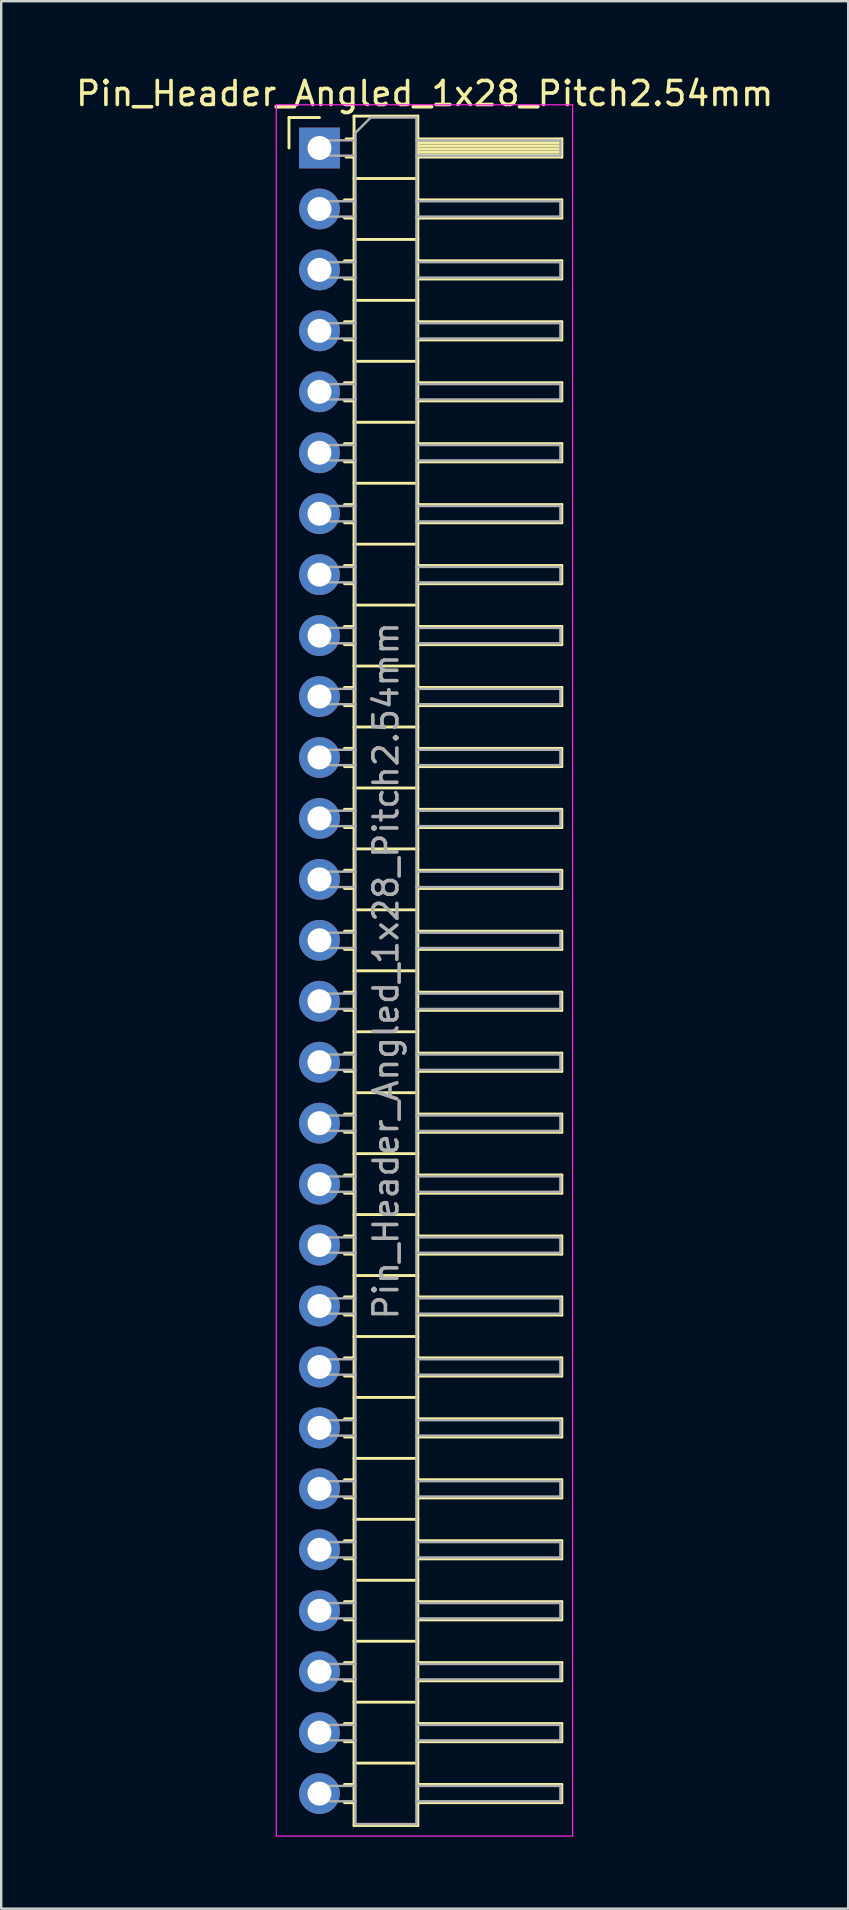
<source format=kicad_pcb>
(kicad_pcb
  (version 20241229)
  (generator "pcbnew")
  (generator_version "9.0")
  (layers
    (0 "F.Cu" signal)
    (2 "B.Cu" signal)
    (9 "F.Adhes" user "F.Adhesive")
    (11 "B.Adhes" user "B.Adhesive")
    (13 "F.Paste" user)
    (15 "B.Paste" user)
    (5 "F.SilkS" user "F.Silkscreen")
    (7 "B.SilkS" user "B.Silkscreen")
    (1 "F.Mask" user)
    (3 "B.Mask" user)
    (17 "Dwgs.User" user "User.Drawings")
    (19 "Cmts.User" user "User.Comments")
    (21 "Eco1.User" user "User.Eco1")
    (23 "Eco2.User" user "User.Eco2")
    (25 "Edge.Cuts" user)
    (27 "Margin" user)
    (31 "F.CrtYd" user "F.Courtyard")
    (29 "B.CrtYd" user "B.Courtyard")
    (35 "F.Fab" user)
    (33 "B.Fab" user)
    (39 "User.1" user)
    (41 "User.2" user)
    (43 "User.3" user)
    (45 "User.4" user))
  (footprint "Pin_Header_Angled_1x28_Pitch2.54mm"
    (layer "F.Cu")
    (at 10.264 3.118)
    (property "Reference" "Pin_Header_Angled_1x28_Pitch2.54mm" (at 4.385 -2.27 0) (layer "F.SilkS") (effects (font (size 1 1) (thickness 0.15))))
    (attr through_hole)
    (fp_line (start -1.27 -1.27) (end 0 -1.27) (stroke (width 0.12) (type solid)) (layer "F.SilkS"))
    (fp_line (start -1.27 0) (end -1.27 -1.27) (stroke (width 0.12) (type solid)) (layer "F.SilkS"))
    (fp_line (start 1.043 2.16) (end 1.44 2.16) (stroke (width 0.12) (type solid)) (layer "F.SilkS"))
    (fp_line (start 1.043 2.92) (end 1.44 2.92) (stroke (width 0.12) (type solid)) (layer "F.SilkS"))
    (fp_line (start 1.043 4.7) (end 1.44 4.7) (stroke (width 0.12) (type solid)) (layer "F.SilkS"))
    (fp_line (start 1.043 5.46) (end 1.44 5.46) (stroke (width 0.12) (type solid)) (layer "F.SilkS"))
    (fp_line (start 1.043 7.24) (end 1.44 7.24) (stroke (width 0.12) (type solid)) (layer "F.SilkS"))
    (fp_line (start 1.043 8) (end 1.44 8) (stroke (width 0.12) (type solid)) (layer "F.SilkS"))
    (fp_line (start 1.043 9.78) (end 1.44 9.78) (stroke (width 0.12) (type solid)) (layer "F.SilkS"))
    (fp_line (start 1.043 10.54) (end 1.44 10.54) (stroke (width 0.12) (type solid)) (layer "F.SilkS"))
    (fp_line (start 1.043 12.32) (end 1.44 12.32) (stroke (width 0.12) (type solid)) (layer "F.SilkS"))
    (fp_line (start 1.043 13.08) (end 1.44 13.08) (stroke (width 0.12) (type solid)) (layer "F.SilkS"))
    (fp_line (start 1.043 14.86) (end 1.44 14.86) (stroke (width 0.12) (type solid)) (layer "F.SilkS"))
    (fp_line (start 1.043 15.62) (end 1.44 15.62) (stroke (width 0.12) (type solid)) (layer "F.SilkS"))
    (fp_line (start 1.043 17.4) (end 1.44 17.4) (stroke (width 0.12) (type solid)) (layer "F.SilkS"))
    (fp_line (start 1.043 18.16) (end 1.44 18.16) (stroke (width 0.12) (type solid)) (layer "F.SilkS"))
    (fp_line (start 1.043 19.94) (end 1.44 19.94) (stroke (width 0.12) (type solid)) (layer "F.SilkS"))
    (fp_line (start 1.043 20.7) (end 1.44 20.7) (stroke (width 0.12) (type solid)) (layer "F.SilkS"))
    (fp_line (start 1.043 22.48) (end 1.44 22.48) (stroke (width 0.12) (type solid)) (layer "F.SilkS"))
    (fp_line (start 1.043 23.24) (end 1.44 23.24) (stroke (width 0.12) (type solid)) (layer "F.SilkS"))
    (fp_line (start 1.043 25.02) (end 1.44 25.02) (stroke (width 0.12) (type solid)) (layer "F.SilkS"))
    (fp_line (start 1.043 25.78) (end 1.44 25.78) (stroke (width 0.12) (type solid)) (layer "F.SilkS"))
    (fp_line (start 1.043 27.56) (end 1.44 27.56) (stroke (width 0.12) (type solid)) (layer "F.SilkS"))
    (fp_line (start 1.043 28.32) (end 1.44 28.32) (stroke (width 0.12) (type solid)) (layer "F.SilkS"))
    (fp_line (start 1.043 30.1) (end 1.44 30.1) (stroke (width 0.12) (type solid)) (layer "F.SilkS"))
    (fp_line (start 1.043 30.86) (end 1.44 30.86) (stroke (width 0.12) (type solid)) (layer "F.SilkS"))
    (fp_line (start 1.043 32.64) (end 1.44 32.64) (stroke (width 0.12) (type solid)) (layer "F.SilkS"))
    (fp_line (start 1.043 33.4) (end 1.44 33.4) (stroke (width 0.12) (type solid)) (layer "F.SilkS"))
    (fp_line (start 1.043 35.18) (end 1.44 35.18) (stroke (width 0.12) (type solid)) (layer "F.SilkS"))
    (fp_line (start 1.043 35.94) (end 1.44 35.94) (stroke (width 0.12) (type solid)) (layer "F.SilkS"))
    (fp_line (start 1.043 37.72) (end 1.44 37.72) (stroke (width 0.12) (type solid)) (layer "F.SilkS"))
    (fp_line (start 1.043 38.48) (end 1.44 38.48) (stroke (width 0.12) (type solid)) (layer "F.SilkS"))
    (fp_line (start 1.043 40.26) (end 1.44 40.26) (stroke (width 0.12) (type solid)) (layer "F.SilkS"))
    (fp_line (start 1.043 41.02) (end 1.44 41.02) (stroke (width 0.12) (type solid)) (layer "F.SilkS"))
    (fp_line (start 1.043 42.8) (end 1.44 42.8) (stroke (width 0.12) (type solid)) (layer "F.SilkS"))
    (fp_line (start 1.043 43.56) (end 1.44 43.56) (stroke (width 0.12) (type solid)) (layer "F.SilkS"))
    (fp_line (start 1.043 45.34) (end 1.44 45.34) (stroke (width 0.12) (type solid)) (layer "F.SilkS"))
    (fp_line (start 1.043 46.1) (end 1.44 46.1) (stroke (width 0.12) (type solid)) (layer "F.SilkS"))
    (fp_line (start 1.043 47.88) (end 1.44 47.88) (stroke (width 0.12) (type solid)) (layer "F.SilkS"))
    (fp_line (start 1.043 48.64) (end 1.44 48.64) (stroke (width 0.12) (type solid)) (layer "F.SilkS"))
    (fp_line (start 1.043 50.42) (end 1.44 50.42) (stroke (width 0.12) (type solid)) (layer "F.SilkS"))
    (fp_line (start 1.043 51.18) (end 1.44 51.18) (stroke (width 0.12) (type solid)) (layer "F.SilkS"))
    (fp_line (start 1.043 52.96) (end 1.44 52.96) (stroke (width 0.12) (type solid)) (layer "F.SilkS"))
    (fp_line (start 1.043 53.72) (end 1.44 53.72) (stroke (width 0.12) (type solid)) (layer "F.SilkS"))
    (fp_line (start 1.043 55.5) (end 1.44 55.5) (stroke (width 0.12) (type solid)) (layer "F.SilkS"))
    (fp_line (start 1.043 56.26) (end 1.44 56.26) (stroke (width 0.12) (type solid)) (layer "F.SilkS"))
    (fp_line (start 1.043 58.04) (end 1.44 58.04) (stroke (width 0.12) (type solid)) (layer "F.SilkS"))
    (fp_line (start 1.043 58.8) (end 1.44 58.8) (stroke (width 0.12) (type solid)) (layer "F.SilkS"))
    (fp_line (start 1.043 60.58) (end 1.44 60.58) (stroke (width 0.12) (type solid)) (layer "F.SilkS"))
    (fp_line (start 1.043 61.34) (end 1.44 61.34) (stroke (width 0.12) (type solid)) (layer "F.SilkS"))
    (fp_line (start 1.043 63.12) (end 1.44 63.12) (stroke (width 0.12) (type solid)) (layer "F.SilkS"))
    (fp_line (start 1.043 63.88) (end 1.44 63.88) (stroke (width 0.12) (type solid)) (layer "F.SilkS"))
    (fp_line (start 1.043 65.66) (end 1.44 65.66) (stroke (width 0.12) (type solid)) (layer "F.SilkS"))
    (fp_line (start 1.043 66.42) (end 1.44 66.42) (stroke (width 0.12) (type solid)) (layer "F.SilkS"))
    (fp_line (start 1.043 68.2) (end 1.44 68.2) (stroke (width 0.12) (type solid)) (layer "F.SilkS"))
    (fp_line (start 1.043 68.96) (end 1.44 68.96) (stroke (width 0.12) (type solid)) (layer "F.SilkS"))
    (fp_line (start 1.11 -0.38) (end 1.44 -0.38) (stroke (width 0.12) (type solid)) (layer "F.SilkS"))
    (fp_line (start 1.11 0.38) (end 1.44 0.38) (stroke (width 0.12) (type solid)) (layer "F.SilkS"))
    (fp_line (start 1.44 -1.33) (end 1.44 69.91) (stroke (width 0.12) (type solid)) (layer "F.SilkS"))
    (fp_line (start 1.44 1.27) (end 4.1 1.27) (stroke (width 0.12) (type solid)) (layer "F.SilkS"))
    (fp_line (start 1.44 3.81) (end 4.1 3.81) (stroke (width 0.12) (type solid)) (layer "F.SilkS"))
    (fp_line (start 1.44 6.35) (end 4.1 6.35) (stroke (width 0.12) (type solid)) (layer "F.SilkS"))
    (fp_line (start 1.44 8.89) (end 4.1 8.89) (stroke (width 0.12) (type solid)) (layer "F.SilkS"))
    (fp_line (start 1.44 11.43) (end 4.1 11.43) (stroke (width 0.12) (type solid)) (layer "F.SilkS"))
    (fp_line (start 1.44 13.97) (end 4.1 13.97) (stroke (width 0.12) (type solid)) (layer "F.SilkS"))
    (fp_line (start 1.44 16.51) (end 4.1 16.51) (stroke (width 0.12) (type solid)) (layer "F.SilkS"))
    (fp_line (start 1.44 19.05) (end 4.1 19.05) (stroke (width 0.12) (type solid)) (layer "F.SilkS"))
    (fp_line (start 1.44 21.59) (end 4.1 21.59) (stroke (width 0.12) (type solid)) (layer "F.SilkS"))
    (fp_line (start 1.44 24.13) (end 4.1 24.13) (stroke (width 0.12) (type solid)) (layer "F.SilkS"))
    (fp_line (start 1.44 26.67) (end 4.1 26.67) (stroke (width 0.12) (type solid)) (layer "F.SilkS"))
    (fp_line (start 1.44 29.21) (end 4.1 29.21) (stroke (width 0.12) (type solid)) (layer "F.SilkS"))
    (fp_line (start 1.44 31.75) (end 4.1 31.75) (stroke (width 0.12) (type solid)) (layer "F.SilkS"))
    (fp_line (start 1.44 34.29) (end 4.1 34.29) (stroke (width 0.12) (type solid)) (layer "F.SilkS"))
    (fp_line (start 1.44 36.83) (end 4.1 36.83) (stroke (width 0.12) (type solid)) (layer "F.SilkS"))
    (fp_line (start 1.44 39.37) (end 4.1 39.37) (stroke (width 0.12) (type solid)) (layer "F.SilkS"))
    (fp_line (start 1.44 41.91) (end 4.1 41.91) (stroke (width 0.12) (type solid)) (layer "F.SilkS"))
    (fp_line (start 1.44 44.45) (end 4.1 44.45) (stroke (width 0.12) (type solid)) (layer "F.SilkS"))
    (fp_line (start 1.44 46.99) (end 4.1 46.99) (stroke (width 0.12) (type solid)) (layer "F.SilkS"))
    (fp_line (start 1.44 49.53) (end 4.1 49.53) (stroke (width 0.12) (type solid)) (layer "F.SilkS"))
    (fp_line (start 1.44 52.07) (end 4.1 52.07) (stroke (width 0.12) (type solid)) (layer "F.SilkS"))
    (fp_line (start 1.44 54.61) (end 4.1 54.61) (stroke (width 0.12) (type solid)) (layer "F.SilkS"))
    (fp_line (start 1.44 57.15) (end 4.1 57.15) (stroke (width 0.12) (type solid)) (layer "F.SilkS"))
    (fp_line (start 1.44 59.69) (end 4.1 59.69) (stroke (width 0.12) (type solid)) (layer "F.SilkS"))
    (fp_line (start 1.44 62.23) (end 4.1 62.23) (stroke (width 0.12) (type solid)) (layer "F.SilkS"))
    (fp_line (start 1.44 64.77) (end 4.1 64.77) (stroke (width 0.12) (type solid)) (layer "F.SilkS"))
    (fp_line (start 1.44 67.31) (end 4.1 67.31) (stroke (width 0.12) (type solid)) (layer "F.SilkS"))
    (fp_line (start 1.44 69.91) (end 4.1 69.91) (stroke (width 0.12) (type solid)) (layer "F.SilkS"))
    (fp_line (start 4.1 -1.33) (end 1.44 -1.33) (stroke (width 0.12) (type solid)) (layer "F.SilkS"))
    (fp_line (start 4.1 -0.38) (end 10.1 -0.38) (stroke (width 0.12) (type solid)) (layer "F.SilkS"))
    (fp_line (start 4.1 -0.32) (end 10.1 -0.32) (stroke (width 0.12) (type solid)) (layer "F.SilkS"))
    (fp_line (start 4.1 -0.2) (end 10.1 -0.2) (stroke (width 0.12) (type solid)) (layer "F.SilkS"))
    (fp_line (start 4.1 -0.08) (end 10.1 -0.08) (stroke (width 0.12) (type solid)) (layer "F.SilkS"))
    (fp_line (start 4.1 0.04) (end 10.1 0.04) (stroke (width 0.12) (type solid)) (layer "F.SilkS"))
    (fp_line (start 4.1 0.16) (end 10.1 0.16) (stroke (width 0.12) (type solid)) (layer "F.SilkS"))
    (fp_line (start 4.1 0.28) (end 10.1 0.28) (stroke (width 0.12) (type solid)) (layer "F.SilkS"))
    (fp_line (start 4.1 2.16) (end 10.1 2.16) (stroke (width 0.12) (type solid)) (layer "F.SilkS"))
    (fp_line (start 4.1 4.7) (end 10.1 4.7) (stroke (width 0.12) (type solid)) (layer "F.SilkS"))
    (fp_line (start 4.1 7.24) (end 10.1 7.24) (stroke (width 0.12) (type solid)) (layer "F.SilkS"))
    (fp_line (start 4.1 9.78) (end 10.1 9.78) (stroke (width 0.12) (type solid)) (layer "F.SilkS"))
    (fp_line (start 4.1 12.32) (end 10.1 12.32) (stroke (width 0.12) (type solid)) (layer "F.SilkS"))
    (fp_line (start 4.1 14.86) (end 10.1 14.86) (stroke (width 0.12) (type solid)) (layer "F.SilkS"))
    (fp_line (start 4.1 17.4) (end 10.1 17.4) (stroke (width 0.12) (type solid)) (layer "F.SilkS"))
    (fp_line (start 4.1 19.94) (end 10.1 19.94) (stroke (width 0.12) (type solid)) (layer "F.SilkS"))
    (fp_line (start 4.1 22.48) (end 10.1 22.48) (stroke (width 0.12) (type solid)) (layer "F.SilkS"))
    (fp_line (start 4.1 25.02) (end 10.1 25.02) (stroke (width 0.12) (type solid)) (layer "F.SilkS"))
    (fp_line (start 4.1 27.56) (end 10.1 27.56) (stroke (width 0.12) (type solid)) (layer "F.SilkS"))
    (fp_line (start 4.1 30.1) (end 10.1 30.1) (stroke (width 0.12) (type solid)) (layer "F.SilkS"))
    (fp_line (start 4.1 32.64) (end 10.1 32.64) (stroke (width 0.12) (type solid)) (layer "F.SilkS"))
    (fp_line (start 4.1 35.18) (end 10.1 35.18) (stroke (width 0.12) (type solid)) (layer "F.SilkS"))
    (fp_line (start 4.1 37.72) (end 10.1 37.72) (stroke (width 0.12) (type solid)) (layer "F.SilkS"))
    (fp_line (start 4.1 40.26) (end 10.1 40.26) (stroke (width 0.12) (type solid)) (layer "F.SilkS"))
    (fp_line (start 4.1 42.8) (end 10.1 42.8) (stroke (width 0.12) (type solid)) (layer "F.SilkS"))
    (fp_line (start 4.1 45.34) (end 10.1 45.34) (stroke (width 0.12) (type solid)) (layer "F.SilkS"))
    (fp_line (start 4.1 47.88) (end 10.1 47.88) (stroke (width 0.12) (type solid)) (layer "F.SilkS"))
    (fp_line (start 4.1 50.42) (end 10.1 50.42) (stroke (width 0.12) (type solid)) (layer "F.SilkS"))
    (fp_line (start 4.1 52.96) (end 10.1 52.96) (stroke (width 0.12) (type solid)) (layer "F.SilkS"))
    (fp_line (start 4.1 55.5) (end 10.1 55.5) (stroke (width 0.12) (type solid)) (layer "F.SilkS"))
    (fp_line (start 4.1 58.04) (end 10.1 58.04) (stroke (width 0.12) (type solid)) (layer "F.SilkS"))
    (fp_line (start 4.1 60.58) (end 10.1 60.58) (stroke (width 0.12) (type solid)) (layer "F.SilkS"))
    (fp_line (start 4.1 63.12) (end 10.1 63.12) (stroke (width 0.12) (type solid)) (layer "F.SilkS"))
    (fp_line (start 4.1 65.66) (end 10.1 65.66) (stroke (width 0.12) (type solid)) (layer "F.SilkS"))
    (fp_line (start 4.1 68.2) (end 10.1 68.2) (stroke (width 0.12) (type solid)) (layer "F.SilkS"))
    (fp_line (start 4.1 69.91) (end 4.1 -1.33) (stroke (width 0.12) (type solid)) (layer "F.SilkS"))
    (fp_line (start 10.1 -0.38) (end 10.1 0.38) (stroke (width 0.12) (type solid)) (layer "F.SilkS"))
    (fp_line (start 10.1 0.38) (end 4.1 0.38) (stroke (width 0.12) (type solid)) (layer "F.SilkS"))
    (fp_line (start 10.1 2.16) (end 10.1 2.92) (stroke (width 0.12) (type solid)) (layer "F.SilkS"))
    (fp_line (start 10.1 2.92) (end 4.1 2.92) (stroke (width 0.12) (type solid)) (layer "F.SilkS"))
    (fp_line (start 10.1 4.7) (end 10.1 5.46) (stroke (width 0.12) (type solid)) (layer "F.SilkS"))
    (fp_line (start 10.1 5.46) (end 4.1 5.46) (stroke (width 0.12) (type solid)) (layer "F.SilkS"))
    (fp_line (start 10.1 7.24) (end 10.1 8) (stroke (width 0.12) (type solid)) (layer "F.SilkS"))
    (fp_line (start 10.1 8) (end 4.1 8) (stroke (width 0.12) (type solid)) (layer "F.SilkS"))
    (fp_line (start 10.1 9.78) (end 10.1 10.54) (stroke (width 0.12) (type solid)) (layer "F.SilkS"))
    (fp_line (start 10.1 10.54) (end 4.1 10.54) (stroke (width 0.12) (type solid)) (layer "F.SilkS"))
    (fp_line (start 10.1 12.32) (end 10.1 13.08) (stroke (width 0.12) (type solid)) (layer "F.SilkS"))
    (fp_line (start 10.1 13.08) (end 4.1 13.08) (stroke (width 0.12) (type solid)) (layer "F.SilkS"))
    (fp_line (start 10.1 14.86) (end 10.1 15.62) (stroke (width 0.12) (type solid)) (layer "F.SilkS"))
    (fp_line (start 10.1 15.62) (end 4.1 15.62) (stroke (width 0.12) (type solid)) (layer "F.SilkS"))
    (fp_line (start 10.1 17.4) (end 10.1 18.16) (stroke (width 0.12) (type solid)) (layer "F.SilkS"))
    (fp_line (start 10.1 18.16) (end 4.1 18.16) (stroke (width 0.12) (type solid)) (layer "F.SilkS"))
    (fp_line (start 10.1 19.94) (end 10.1 20.7) (stroke (width 0.12) (type solid)) (layer "F.SilkS"))
    (fp_line (start 10.1 20.7) (end 4.1 20.7) (stroke (width 0.12) (type solid)) (layer "F.SilkS"))
    (fp_line (start 10.1 22.48) (end 10.1 23.24) (stroke (width 0.12) (type solid)) (layer "F.SilkS"))
    (fp_line (start 10.1 23.24) (end 4.1 23.24) (stroke (width 0.12) (type solid)) (layer "F.SilkS"))
    (fp_line (start 10.1 25.02) (end 10.1 25.78) (stroke (width 0.12) (type solid)) (layer "F.SilkS"))
    (fp_line (start 10.1 25.78) (end 4.1 25.78) (stroke (width 0.12) (type solid)) (layer "F.SilkS"))
    (fp_line (start 10.1 27.56) (end 10.1 28.32) (stroke (width 0.12) (type solid)) (layer "F.SilkS"))
    (fp_line (start 10.1 28.32) (end 4.1 28.32) (stroke (width 0.12) (type solid)) (layer "F.SilkS"))
    (fp_line (start 10.1 30.1) (end 10.1 30.86) (stroke (width 0.12) (type solid)) (layer "F.SilkS"))
    (fp_line (start 10.1 30.86) (end 4.1 30.86) (stroke (width 0.12) (type solid)) (layer "F.SilkS"))
    (fp_line (start 10.1 32.64) (end 10.1 33.4) (stroke (width 0.12) (type solid)) (layer "F.SilkS"))
    (fp_line (start 10.1 33.4) (end 4.1 33.4) (stroke (width 0.12) (type solid)) (layer "F.SilkS"))
    (fp_line (start 10.1 35.18) (end 10.1 35.94) (stroke (width 0.12) (type solid)) (layer "F.SilkS"))
    (fp_line (start 10.1 35.94) (end 4.1 35.94) (stroke (width 0.12) (type solid)) (layer "F.SilkS"))
    (fp_line (start 10.1 37.72) (end 10.1 38.48) (stroke (width 0.12) (type solid)) (layer "F.SilkS"))
    (fp_line (start 10.1 38.48) (end 4.1 38.48) (stroke (width 0.12) (type solid)) (layer "F.SilkS"))
    (fp_line (start 10.1 40.26) (end 10.1 41.02) (stroke (width 0.12) (type solid)) (layer "F.SilkS"))
    (fp_line (start 10.1 41.02) (end 4.1 41.02) (stroke (width 0.12) (type solid)) (layer "F.SilkS"))
    (fp_line (start 10.1 42.8) (end 10.1 43.56) (stroke (width 0.12) (type solid)) (layer "F.SilkS"))
    (fp_line (start 10.1 43.56) (end 4.1 43.56) (stroke (width 0.12) (type solid)) (layer "F.SilkS"))
    (fp_line (start 10.1 45.34) (end 10.1 46.1) (stroke (width 0.12) (type solid)) (layer "F.SilkS"))
    (fp_line (start 10.1 46.1) (end 4.1 46.1) (stroke (width 0.12) (type solid)) (layer "F.SilkS"))
    (fp_line (start 10.1 47.88) (end 10.1 48.64) (stroke (width 0.12) (type solid)) (layer "F.SilkS"))
    (fp_line (start 10.1 48.64) (end 4.1 48.64) (stroke (width 0.12) (type solid)) (layer "F.SilkS"))
    (fp_line (start 10.1 50.42) (end 10.1 51.18) (stroke (width 0.12) (type solid)) (layer "F.SilkS"))
    (fp_line (start 10.1 51.18) (end 4.1 51.18) (stroke (width 0.12) (type solid)) (layer "F.SilkS"))
    (fp_line (start 10.1 52.96) (end 10.1 53.72) (stroke (width 0.12) (type solid)) (layer "F.SilkS"))
    (fp_line (start 10.1 53.72) (end 4.1 53.72) (stroke (width 0.12) (type solid)) (layer "F.SilkS"))
    (fp_line (start 10.1 55.5) (end 10.1 56.26) (stroke (width 0.12) (type solid)) (layer "F.SilkS"))
    (fp_line (start 10.1 56.26) (end 4.1 56.26) (stroke (width 0.12) (type solid)) (layer "F.SilkS"))
    (fp_line (start 10.1 58.04) (end 10.1 58.8) (stroke (width 0.12) (type solid)) (layer "F.SilkS"))
    (fp_line (start 10.1 58.8) (end 4.1 58.8) (stroke (width 0.12) (type solid)) (layer "F.SilkS"))
    (fp_line (start 10.1 60.58) (end 10.1 61.34) (stroke (width 0.12) (type solid)) (layer "F.SilkS"))
    (fp_line (start 10.1 61.34) (end 4.1 61.34) (stroke (width 0.12) (type solid)) (layer "F.SilkS"))
    (fp_line (start 10.1 63.12) (end 10.1 63.88) (stroke (width 0.12) (type solid)) (layer "F.SilkS"))
    (fp_line (start 10.1 63.88) (end 4.1 63.88) (stroke (width 0.12) (type solid)) (layer "F.SilkS"))
    (fp_line (start 10.1 65.66) (end 10.1 66.42) (stroke (width 0.12) (type solid)) (layer "F.SilkS"))
    (fp_line (start 10.1 66.42) (end 4.1 66.42) (stroke (width 0.12) (type solid)) (layer "F.SilkS"))
    (fp_line (start 10.1 68.2) (end 10.1 68.96) (stroke (width 0.12) (type solid)) (layer "F.SilkS"))
    (fp_line (start 10.1 68.96) (end 4.1 68.96) (stroke (width 0.12) (type solid)) (layer "F.SilkS"))
    (fp_line (start -1.8 -1.8) (end -1.8 70.35) (stroke (width 0.05) (type solid)) (layer "F.CrtYd"))
    (fp_line (start -1.8 70.35) (end 10.55 70.35) (stroke (width 0.05) (type solid)) (layer "F.CrtYd"))
    (fp_line (start 10.55 -1.8) (end -1.8 -1.8) (stroke (width 0.05) (type solid)) (layer "F.CrtYd"))
    (fp_line (start 10.55 70.35) (end 10.55 -1.8) (stroke (width 0.05) (type solid)) (layer "F.CrtYd"))
    (fp_line (start -0.32 -0.32) (end -0.32 0.32) (stroke (width 0.1) (type solid)) (layer "F.Fab"))
    (fp_line (start -0.32 -0.32) (end 1.5 -0.32) (stroke (width 0.1) (type solid)) (layer "F.Fab"))
    (fp_line (start -0.32 0.32) (end 1.5 0.32) (stroke (width 0.1) (type solid)) (layer "F.Fab"))
    (fp_line (start -0.32 2.22) (end -0.32 2.86) (stroke (width 0.1) (type solid)) (layer "F.Fab"))
    (fp_line (start -0.32 2.22) (end 1.5 2.22) (stroke (width 0.1) (type solid)) (layer "F.Fab"))
    (fp_line (start -0.32 2.86) (end 1.5 2.86) (stroke (width 0.1) (type solid)) (layer "F.Fab"))
    (fp_line (start -0.32 4.76) (end -0.32 5.4) (stroke (width 0.1) (type solid)) (layer "F.Fab"))
    (fp_line (start -0.32 4.76) (end 1.5 4.76) (stroke (width 0.1) (type solid)) (layer "F.Fab"))
    (fp_line (start -0.32 5.4) (end 1.5 5.4) (stroke (width 0.1) (type solid)) (layer "F.Fab"))
    (fp_line (start -0.32 7.3) (end -0.32 7.94) (stroke (width 0.1) (type solid)) (layer "F.Fab"))
    (fp_line (start -0.32 7.3) (end 1.5 7.3) (stroke (width 0.1) (type solid)) (layer "F.Fab"))
    (fp_line (start -0.32 7.94) (end 1.5 7.94) (stroke (width 0.1) (type solid)) (layer "F.Fab"))
    (fp_line (start -0.32 9.84) (end -0.32 10.48) (stroke (width 0.1) (type solid)) (layer "F.Fab"))
    (fp_line (start -0.32 9.84) (end 1.5 9.84) (stroke (width 0.1) (type solid)) (layer "F.Fab"))
    (fp_line (start -0.32 10.48) (end 1.5 10.48) (stroke (width 0.1) (type solid)) (layer "F.Fab"))
    (fp_line (start -0.32 12.38) (end -0.32 13.02) (stroke (width 0.1) (type solid)) (layer "F.Fab"))
    (fp_line (start -0.32 12.38) (end 1.5 12.38) (stroke (width 0.1) (type solid)) (layer "F.Fab"))
    (fp_line (start -0.32 13.02) (end 1.5 13.02) (stroke (width 0.1) (type solid)) (layer "F.Fab"))
    (fp_line (start -0.32 14.92) (end -0.32 15.56) (stroke (width 0.1) (type solid)) (layer "F.Fab"))
    (fp_line (start -0.32 14.92) (end 1.5 14.92) (stroke (width 0.1) (type solid)) (layer "F.Fab"))
    (fp_line (start -0.32 15.56) (end 1.5 15.56) (stroke (width 0.1) (type solid)) (layer "F.Fab"))
    (fp_line (start -0.32 17.46) (end -0.32 18.1) (stroke (width 0.1) (type solid)) (layer "F.Fab"))
    (fp_line (start -0.32 17.46) (end 1.5 17.46) (stroke (width 0.1) (type solid)) (layer "F.Fab"))
    (fp_line (start -0.32 18.1) (end 1.5 18.1) (stroke (width 0.1) (type solid)) (layer "F.Fab"))
    (fp_line (start -0.32 20) (end -0.32 20.64) (stroke (width 0.1) (type solid)) (layer "F.Fab"))
    (fp_line (start -0.32 20) (end 1.5 20) (stroke (width 0.1) (type solid)) (layer "F.Fab"))
    (fp_line (start -0.32 20.64) (end 1.5 20.64) (stroke (width 0.1) (type solid)) (layer "F.Fab"))
    (fp_line (start -0.32 22.54) (end -0.32 23.18) (stroke (width 0.1) (type solid)) (layer "F.Fab"))
    (fp_line (start -0.32 22.54) (end 1.5 22.54) (stroke (width 0.1) (type solid)) (layer "F.Fab"))
    (fp_line (start -0.32 23.18) (end 1.5 23.18) (stroke (width 0.1) (type solid)) (layer "F.Fab"))
    (fp_line (start -0.32 25.08) (end -0.32 25.72) (stroke (width 0.1) (type solid)) (layer "F.Fab"))
    (fp_line (start -0.32 25.08) (end 1.5 25.08) (stroke (width 0.1) (type solid)) (layer "F.Fab"))
    (fp_line (start -0.32 25.72) (end 1.5 25.72) (stroke (width 0.1) (type solid)) (layer "F.Fab"))
    (fp_line (start -0.32 27.62) (end -0.32 28.26) (stroke (width 0.1) (type solid)) (layer "F.Fab"))
    (fp_line (start -0.32 27.62) (end 1.5 27.62) (stroke (width 0.1) (type solid)) (layer "F.Fab"))
    (fp_line (start -0.32 28.26) (end 1.5 28.26) (stroke (width 0.1) (type solid)) (layer "F.Fab"))
    (fp_line (start -0.32 30.16) (end -0.32 30.8) (stroke (width 0.1) (type solid)) (layer "F.Fab"))
    (fp_line (start -0.32 30.16) (end 1.5 30.16) (stroke (width 0.1) (type solid)) (layer "F.Fab"))
    (fp_line (start -0.32 30.8) (end 1.5 30.8) (stroke (width 0.1) (type solid)) (layer "F.Fab"))
    (fp_line (start -0.32 32.7) (end -0.32 33.34) (stroke (width 0.1) (type solid)) (layer "F.Fab"))
    (fp_line (start -0.32 32.7) (end 1.5 32.7) (stroke (width 0.1) (type solid)) (layer "F.Fab"))
    (fp_line (start -0.32 33.34) (end 1.5 33.34) (stroke (width 0.1) (type solid)) (layer "F.Fab"))
    (fp_line (start -0.32 35.24) (end -0.32 35.88) (stroke (width 0.1) (type solid)) (layer "F.Fab"))
    (fp_line (start -0.32 35.24) (end 1.5 35.24) (stroke (width 0.1) (type solid)) (layer "F.Fab"))
    (fp_line (start -0.32 35.88) (end 1.5 35.88) (stroke (width 0.1) (type solid)) (layer "F.Fab"))
    (fp_line (start -0.32 37.78) (end -0.32 38.42) (stroke (width 0.1) (type solid)) (layer "F.Fab"))
    (fp_line (start -0.32 37.78) (end 1.5 37.78) (stroke (width 0.1) (type solid)) (layer "F.Fab"))
    (fp_line (start -0.32 38.42) (end 1.5 38.42) (stroke (width 0.1) (type solid)) (layer "F.Fab"))
    (fp_line (start -0.32 40.32) (end -0.32 40.96) (stroke (width 0.1) (type solid)) (layer "F.Fab"))
    (fp_line (start -0.32 40.32) (end 1.5 40.32) (stroke (width 0.1) (type solid)) (layer "F.Fab"))
    (fp_line (start -0.32 40.96) (end 1.5 40.96) (stroke (width 0.1) (type solid)) (layer "F.Fab"))
    (fp_line (start -0.32 42.86) (end -0.32 43.5) (stroke (width 0.1) (type solid)) (layer "F.Fab"))
    (fp_line (start -0.32 42.86) (end 1.5 42.86) (stroke (width 0.1) (type solid)) (layer "F.Fab"))
    (fp_line (start -0.32 43.5) (end 1.5 43.5) (stroke (width 0.1) (type solid)) (layer "F.Fab"))
    (fp_line (start -0.32 45.4) (end -0.32 46.04) (stroke (width 0.1) (type solid)) (layer "F.Fab"))
    (fp_line (start -0.32 45.4) (end 1.5 45.4) (stroke (width 0.1) (type solid)) (layer "F.Fab"))
    (fp_line (start -0.32 46.04) (end 1.5 46.04) (stroke (width 0.1) (type solid)) (layer "F.Fab"))
    (fp_line (start -0.32 47.94) (end -0.32 48.58) (stroke (width 0.1) (type solid)) (layer "F.Fab"))
    (fp_line (start -0.32 47.94) (end 1.5 47.94) (stroke (width 0.1) (type solid)) (layer "F.Fab"))
    (fp_line (start -0.32 48.58) (end 1.5 48.58) (stroke (width 0.1) (type solid)) (layer "F.Fab"))
    (fp_line (start -0.32 50.48) (end -0.32 51.12) (stroke (width 0.1) (type solid)) (layer "F.Fab"))
    (fp_line (start -0.32 50.48) (end 1.5 50.48) (stroke (width 0.1) (type solid)) (layer "F.Fab"))
    (fp_line (start -0.32 51.12) (end 1.5 51.12) (stroke (width 0.1) (type solid)) (layer "F.Fab"))
    (fp_line (start -0.32 53.02) (end -0.32 53.66) (stroke (width 0.1) (type solid)) (layer "F.Fab"))
    (fp_line (start -0.32 53.02) (end 1.5 53.02) (stroke (width 0.1) (type solid)) (layer "F.Fab"))
    (fp_line (start -0.32 53.66) (end 1.5 53.66) (stroke (width 0.1) (type solid)) (layer "F.Fab"))
    (fp_line (start -0.32 55.56) (end -0.32 56.2) (stroke (width 0.1) (type solid)) (layer "F.Fab"))
    (fp_line (start -0.32 55.56) (end 1.5 55.56) (stroke (width 0.1) (type solid)) (layer "F.Fab"))
    (fp_line (start -0.32 56.2) (end 1.5 56.2) (stroke (width 0.1) (type solid)) (layer "F.Fab"))
    (fp_line (start -0.32 58.1) (end -0.32 58.74) (stroke (width 0.1) (type solid)) (layer "F.Fab"))
    (fp_line (start -0.32 58.1) (end 1.5 58.1) (stroke (width 0.1) (type solid)) (layer "F.Fab"))
    (fp_line (start -0.32 58.74) (end 1.5 58.74) (stroke (width 0.1) (type solid)) (layer "F.Fab"))
    (fp_line (start -0.32 60.64) (end -0.32 61.28) (stroke (width 0.1) (type solid)) (layer "F.Fab"))
    (fp_line (start -0.32 60.64) (end 1.5 60.64) (stroke (width 0.1) (type solid)) (layer "F.Fab"))
    (fp_line (start -0.32 61.28) (end 1.5 61.28) (stroke (width 0.1) (type solid)) (layer "F.Fab"))
    (fp_line (start -0.32 63.18) (end -0.32 63.82) (stroke (width 0.1) (type solid)) (layer "F.Fab"))
    (fp_line (start -0.32 63.18) (end 1.5 63.18) (stroke (width 0.1) (type solid)) (layer "F.Fab"))
    (fp_line (start -0.32 63.82) (end 1.5 63.82) (stroke (width 0.1) (type solid)) (layer "F.Fab"))
    (fp_line (start -0.32 65.72) (end -0.32 66.36) (stroke (width 0.1) (type solid)) (layer "F.Fab"))
    (fp_line (start -0.32 65.72) (end 1.5 65.72) (stroke (width 0.1) (type solid)) (layer "F.Fab"))
    (fp_line (start -0.32 66.36) (end 1.5 66.36) (stroke (width 0.1) (type solid)) (layer "F.Fab"))
    (fp_line (start -0.32 68.26) (end -0.32 68.9) (stroke (width 0.1) (type solid)) (layer "F.Fab"))
    (fp_line (start -0.32 68.26) (end 1.5 68.26) (stroke (width 0.1) (type solid)) (layer "F.Fab"))
    (fp_line (start -0.32 68.9) (end 1.5 68.9) (stroke (width 0.1) (type solid)) (layer "F.Fab"))
    (fp_line (start 1.5 -0.635) (end 2.135 -1.27) (stroke (width 0.1) (type solid)) (layer "F.Fab"))
    (fp_line (start 1.5 69.85) (end 1.5 -0.635) (stroke (width 0.1) (type solid)) (layer "F.Fab"))
    (fp_line (start 2.135 -1.27) (end 4.04 -1.27) (stroke (width 0.1) (type solid)) (layer "F.Fab"))
    (fp_line (start 4.04 -1.27) (end 4.04 69.85) (stroke (width 0.1) (type solid)) (layer "F.Fab"))
    (fp_line (start 4.04 -0.32) (end 10.04 -0.32) (stroke (width 0.1) (type solid)) (layer "F.Fab"))
    (fp_line (start 4.04 0.32) (end 10.04 0.32) (stroke (width 0.1) (type solid)) (layer "F.Fab"))
    (fp_line (start 4.04 2.22) (end 10.04 2.22) (stroke (width 0.1) (type solid)) (layer "F.Fab"))
    (fp_line (start 4.04 2.86) (end 10.04 2.86) (stroke (width 0.1) (type solid)) (layer "F.Fab"))
    (fp_line (start 4.04 4.76) (end 10.04 4.76) (stroke (width 0.1) (type solid)) (layer "F.Fab"))
    (fp_line (start 4.04 5.4) (end 10.04 5.4) (stroke (width 0.1) (type solid)) (layer "F.Fab"))
    (fp_line (start 4.04 7.3) (end 10.04 7.3) (stroke (width 0.1) (type solid)) (layer "F.Fab"))
    (fp_line (start 4.04 7.94) (end 10.04 7.94) (stroke (width 0.1) (type solid)) (layer "F.Fab"))
    (fp_line (start 4.04 9.84) (end 10.04 9.84) (stroke (width 0.1) (type solid)) (layer "F.Fab"))
    (fp_line (start 4.04 10.48) (end 10.04 10.48) (stroke (width 0.1) (type solid)) (layer "F.Fab"))
    (fp_line (start 4.04 12.38) (end 10.04 12.38) (stroke (width 0.1) (type solid)) (layer "F.Fab"))
    (fp_line (start 4.04 13.02) (end 10.04 13.02) (stroke (width 0.1) (type solid)) (layer "F.Fab"))
    (fp_line (start 4.04 14.92) (end 10.04 14.92) (stroke (width 0.1) (type solid)) (layer "F.Fab"))
    (fp_line (start 4.04 15.56) (end 10.04 15.56) (stroke (width 0.1) (type solid)) (layer "F.Fab"))
    (fp_line (start 4.04 17.46) (end 10.04 17.46) (stroke (width 0.1) (type solid)) (layer "F.Fab"))
    (fp_line (start 4.04 18.1) (end 10.04 18.1) (stroke (width 0.1) (type solid)) (layer "F.Fab"))
    (fp_line (start 4.04 20) (end 10.04 20) (stroke (width 0.1) (type solid)) (layer "F.Fab"))
    (fp_line (start 4.04 20.64) (end 10.04 20.64) (stroke (width 0.1) (type solid)) (layer "F.Fab"))
    (fp_line (start 4.04 22.54) (end 10.04 22.54) (stroke (width 0.1) (type solid)) (layer "F.Fab"))
    (fp_line (start 4.04 23.18) (end 10.04 23.18) (stroke (width 0.1) (type solid)) (layer "F.Fab"))
    (fp_line (start 4.04 25.08) (end 10.04 25.08) (stroke (width 0.1) (type solid)) (layer "F.Fab"))
    (fp_line (start 4.04 25.72) (end 10.04 25.72) (stroke (width 0.1) (type solid)) (layer "F.Fab"))
    (fp_line (start 4.04 27.62) (end 10.04 27.62) (stroke (width 0.1) (type solid)) (layer "F.Fab"))
    (fp_line (start 4.04 28.26) (end 10.04 28.26) (stroke (width 0.1) (type solid)) (layer "F.Fab"))
    (fp_line (start 4.04 30.16) (end 10.04 30.16) (stroke (width 0.1) (type solid)) (layer "F.Fab"))
    (fp_line (start 4.04 30.8) (end 10.04 30.8) (stroke (width 0.1) (type solid)) (layer "F.Fab"))
    (fp_line (start 4.04 32.7) (end 10.04 32.7) (stroke (width 0.1) (type solid)) (layer "F.Fab"))
    (fp_line (start 4.04 33.34) (end 10.04 33.34) (stroke (width 0.1) (type solid)) (layer "F.Fab"))
    (fp_line (start 4.04 35.24) (end 10.04 35.24) (stroke (width 0.1) (type solid)) (layer "F.Fab"))
    (fp_line (start 4.04 35.88) (end 10.04 35.88) (stroke (width 0.1) (type solid)) (layer "F.Fab"))
    (fp_line (start 4.04 37.78) (end 10.04 37.78) (stroke (width 0.1) (type solid)) (layer "F.Fab"))
    (fp_line (start 4.04 38.42) (end 10.04 38.42) (stroke (width 0.1) (type solid)) (layer "F.Fab"))
    (fp_line (start 4.04 40.32) (end 10.04 40.32) (stroke (width 0.1) (type solid)) (layer "F.Fab"))
    (fp_line (start 4.04 40.96) (end 10.04 40.96) (stroke (width 0.1) (type solid)) (layer "F.Fab"))
    (fp_line (start 4.04 42.86) (end 10.04 42.86) (stroke (width 0.1) (type solid)) (layer "F.Fab"))
    (fp_line (start 4.04 43.5) (end 10.04 43.5) (stroke (width 0.1) (type solid)) (layer "F.Fab"))
    (fp_line (start 4.04 45.4) (end 10.04 45.4) (stroke (width 0.1) (type solid)) (layer "F.Fab"))
    (fp_line (start 4.04 46.04) (end 10.04 46.04) (stroke (width 0.1) (type solid)) (layer "F.Fab"))
    (fp_line (start 4.04 47.94) (end 10.04 47.94) (stroke (width 0.1) (type solid)) (layer "F.Fab"))
    (fp_line (start 4.04 48.58) (end 10.04 48.58) (stroke (width 0.1) (type solid)) (layer "F.Fab"))
    (fp_line (start 4.04 50.48) (end 10.04 50.48) (stroke (width 0.1) (type solid)) (layer "F.Fab"))
    (fp_line (start 4.04 51.12) (end 10.04 51.12) (stroke (width 0.1) (type solid)) (layer "F.Fab"))
    (fp_line (start 4.04 53.02) (end 10.04 53.02) (stroke (width 0.1) (type solid)) (layer "F.Fab"))
    (fp_line (start 4.04 53.66) (end 10.04 53.66) (stroke (width 0.1) (type solid)) (layer "F.Fab"))
    (fp_line (start 4.04 55.56) (end 10.04 55.56) (stroke (width 0.1) (type solid)) (layer "F.Fab"))
    (fp_line (start 4.04 56.2) (end 10.04 56.2) (stroke (width 0.1) (type solid)) (layer "F.Fab"))
    (fp_line (start 4.04 58.1) (end 10.04 58.1) (stroke (width 0.1) (type solid)) (layer "F.Fab"))
    (fp_line (start 4.04 58.74) (end 10.04 58.74) (stroke (width 0.1) (type solid)) (layer "F.Fab"))
    (fp_line (start 4.04 60.64) (end 10.04 60.64) (stroke (width 0.1) (type solid)) (layer "F.Fab"))
    (fp_line (start 4.04 61.28) (end 10.04 61.28) (stroke (width 0.1) (type solid)) (layer "F.Fab"))
    (fp_line (start 4.04 63.18) (end 10.04 63.18) (stroke (width 0.1) (type solid)) (layer "F.Fab"))
    (fp_line (start 4.04 63.82) (end 10.04 63.82) (stroke (width 0.1) (type solid)) (layer "F.Fab"))
    (fp_line (start 4.04 65.72) (end 10.04 65.72) (stroke (width 0.1) (type solid)) (layer "F.Fab"))
    (fp_line (start 4.04 66.36) (end 10.04 66.36) (stroke (width 0.1) (type solid)) (layer "F.Fab"))
    (fp_line (start 4.04 68.26) (end 10.04 68.26) (stroke (width 0.1) (type solid)) (layer "F.Fab"))
    (fp_line (start 4.04 68.9) (end 10.04 68.9) (stroke (width 0.1) (type solid)) (layer "F.Fab"))
    (fp_line (start 4.04 69.85) (end 1.5 69.85) (stroke (width 0.1) (type solid)) (layer "F.Fab"))
    (fp_line (start 10.04 -0.32) (end 10.04 0.32) (stroke (width 0.1) (type solid)) (layer "F.Fab"))
    (fp_line (start 10.04 2.22) (end 10.04 2.86) (stroke (width 0.1) (type solid)) (layer "F.Fab"))
    (fp_line (start 10.04 4.76) (end 10.04 5.4) (stroke (width 0.1) (type solid)) (layer "F.Fab"))
    (fp_line (start 10.04 7.3) (end 10.04 7.94) (stroke (width 0.1) (type solid)) (layer "F.Fab"))
    (fp_line (start 10.04 9.84) (end 10.04 10.48) (stroke (width 0.1) (type solid)) (layer "F.Fab"))
    (fp_line (start 10.04 12.38) (end 10.04 13.02) (stroke (width 0.1) (type solid)) (layer "F.Fab"))
    (fp_line (start 10.04 14.92) (end 10.04 15.56) (stroke (width 0.1) (type solid)) (layer "F.Fab"))
    (fp_line (start 10.04 17.46) (end 10.04 18.1) (stroke (width 0.1) (type solid)) (layer "F.Fab"))
    (fp_line (start 10.04 20) (end 10.04 20.64) (stroke (width 0.1) (type solid)) (layer "F.Fab"))
    (fp_line (start 10.04 22.54) (end 10.04 23.18) (stroke (width 0.1) (type solid)) (layer "F.Fab"))
    (fp_line (start 10.04 25.08) (end 10.04 25.72) (stroke (width 0.1) (type solid)) (layer "F.Fab"))
    (fp_line (start 10.04 27.62) (end 10.04 28.26) (stroke (width 0.1) (type solid)) (layer "F.Fab"))
    (fp_line (start 10.04 30.16) (end 10.04 30.8) (stroke (width 0.1) (type solid)) (layer "F.Fab"))
    (fp_line (start 10.04 32.7) (end 10.04 33.34) (stroke (width 0.1) (type solid)) (layer "F.Fab"))
    (fp_line (start 10.04 35.24) (end 10.04 35.88) (stroke (width 0.1) (type solid)) (layer "F.Fab"))
    (fp_line (start 10.04 37.78) (end 10.04 38.42) (stroke (width 0.1) (type solid)) (layer "F.Fab"))
    (fp_line (start 10.04 40.32) (end 10.04 40.96) (stroke (width 0.1) (type solid)) (layer "F.Fab"))
    (fp_line (start 10.04 42.86) (end 10.04 43.5) (stroke (width 0.1) (type solid)) (layer "F.Fab"))
    (fp_line (start 10.04 45.4) (end 10.04 46.04) (stroke (width 0.1) (type solid)) (layer "F.Fab"))
    (fp_line (start 10.04 47.94) (end 10.04 48.58) (stroke (width 0.1) (type solid)) (layer "F.Fab"))
    (fp_line (start 10.04 50.48) (end 10.04 51.12) (stroke (width 0.1) (type solid)) (layer "F.Fab"))
    (fp_line (start 10.04 53.02) (end 10.04 53.66) (stroke (width 0.1) (type solid)) (layer "F.Fab"))
    (fp_line (start 10.04 55.56) (end 10.04 56.2) (stroke (width 0.1) (type solid)) (layer "F.Fab"))
    (fp_line (start 10.04 58.1) (end 10.04 58.74) (stroke (width 0.1) (type solid)) (layer "F.Fab"))
    (fp_line (start 10.04 60.64) (end 10.04 61.28) (stroke (width 0.1) (type solid)) (layer "F.Fab"))
    (fp_line (start 10.04 63.18) (end 10.04 63.82) (stroke (width 0.1) (type solid)) (layer "F.Fab"))
    (fp_line (start 10.04 65.72) (end 10.04 66.36) (stroke (width 0.1) (type solid)) (layer "F.Fab"))
    (fp_line (start 10.04 68.26) (end 10.04 68.9) (stroke (width 0.1) (type solid)) (layer "F.Fab"))
    (fp_text user "${REFERENCE}" (at 2.77 34.29 90) (layer "F.Fab") (effects (font (size 1 1) (thickness 0.15))))
    (pad "1" thru_hole rect (at 0 0) (size 1.7 1.7) (drill 1) (layers "*.Cu" "*.Mask"))
    (pad "2" thru_hole oval (at 0 2.54) (size 1.7 1.7) (drill 1) (layers "*.Cu" "*.Mask"))
    (pad "3" thru_hole oval (at 0 5.08) (size 1.7 1.7) (drill 1) (layers "*.Cu" "*.Mask"))
    (pad "4" thru_hole oval (at 0 7.62) (size 1.7 1.7) (drill 1) (layers "*.Cu" "*.Mask"))
    (pad "5" thru_hole oval (at 0 10.16) (size 1.7 1.7) (drill 1) (layers "*.Cu" "*.Mask"))
    (pad "6" thru_hole oval (at 0 12.7) (size 1.7 1.7) (drill 1) (layers "*.Cu" "*.Mask"))
    (pad "7" thru_hole oval (at 0 15.24) (size 1.7 1.7) (drill 1) (layers "*.Cu" "*.Mask"))
    (pad "8" thru_hole oval (at 0 17.78) (size 1.7 1.7) (drill 1) (layers "*.Cu" "*.Mask"))
    (pad "9" thru_hole oval (at 0 20.32) (size 1.7 1.7) (drill 1) (layers "*.Cu" "*.Mask"))
    (pad "10" thru_hole oval (at 0 22.86) (size 1.7 1.7) (drill 1) (layers "*.Cu" "*.Mask"))
    (pad "11" thru_hole oval (at 0 25.4) (size 1.7 1.7) (drill 1) (layers "*.Cu" "*.Mask"))
    (pad "12" thru_hole oval (at 0 27.94) (size 1.7 1.7) (drill 1) (layers "*.Cu" "*.Mask"))
    (pad "13" thru_hole oval (at 0 30.48) (size 1.7 1.7) (drill 1) (layers "*.Cu" "*.Mask"))
    (pad "14" thru_hole oval (at 0 33.02) (size 1.7 1.7) (drill 1) (layers "*.Cu" "*.Mask"))
    (pad "15" thru_hole oval (at 0 35.56) (size 1.7 1.7) (drill 1) (layers "*.Cu" "*.Mask"))
    (pad "16" thru_hole oval (at 0 38.1) (size 1.7 1.7) (drill 1) (layers "*.Cu" "*.Mask"))
    (pad "17" thru_hole oval (at 0 40.64) (size 1.7 1.7) (drill 1) (layers "*.Cu" "*.Mask"))
    (pad "18" thru_hole oval (at 0 43.18) (size 1.7 1.7) (drill 1) (layers "*.Cu" "*.Mask"))
    (pad "19" thru_hole oval (at 0 45.72) (size 1.7 1.7) (drill 1) (layers "*.Cu" "*.Mask"))
    (pad "20" thru_hole oval (at 0 48.26) (size 1.7 1.7) (drill 1) (layers "*.Cu" "*.Mask"))
    (pad "21" thru_hole oval (at 0 50.8) (size 1.7 1.7) (drill 1) (layers "*.Cu" "*.Mask"))
    (pad "22" thru_hole oval (at 0 53.34) (size 1.7 1.7) (drill 1) (layers "*.Cu" "*.Mask"))
    (pad "23" thru_hole oval (at 0 55.88) (size 1.7 1.7) (drill 1) (layers "*.Cu" "*.Mask"))
    (pad "24" thru_hole oval (at 0 58.42) (size 1.7 1.7) (drill 1) (layers "*.Cu" "*.Mask"))
    (pad "25" thru_hole oval (at 0 60.96) (size 1.7 1.7) (drill 1) (layers "*.Cu" "*.Mask"))
    (pad "26" thru_hole oval (at 0 63.5) (size 1.7 1.7) (drill 1) (layers "*.Cu" "*.Mask"))
    (pad "27" thru_hole oval (at 0 66.04) (size 1.7 1.7) (drill 1) (layers "*.Cu" "*.Mask"))
    (pad "28" thru_hole oval (at 0 68.58) (size 1.7 1.7) (drill 1) (layers "*.Cu" "*.Mask")))
  (gr_rect
    (start -3 -3)
    (end 32.298 76.493)
    (stroke (width 0.1) (type default))
    (fill no)
    (layer "Edge.Cuts")))
</source>
